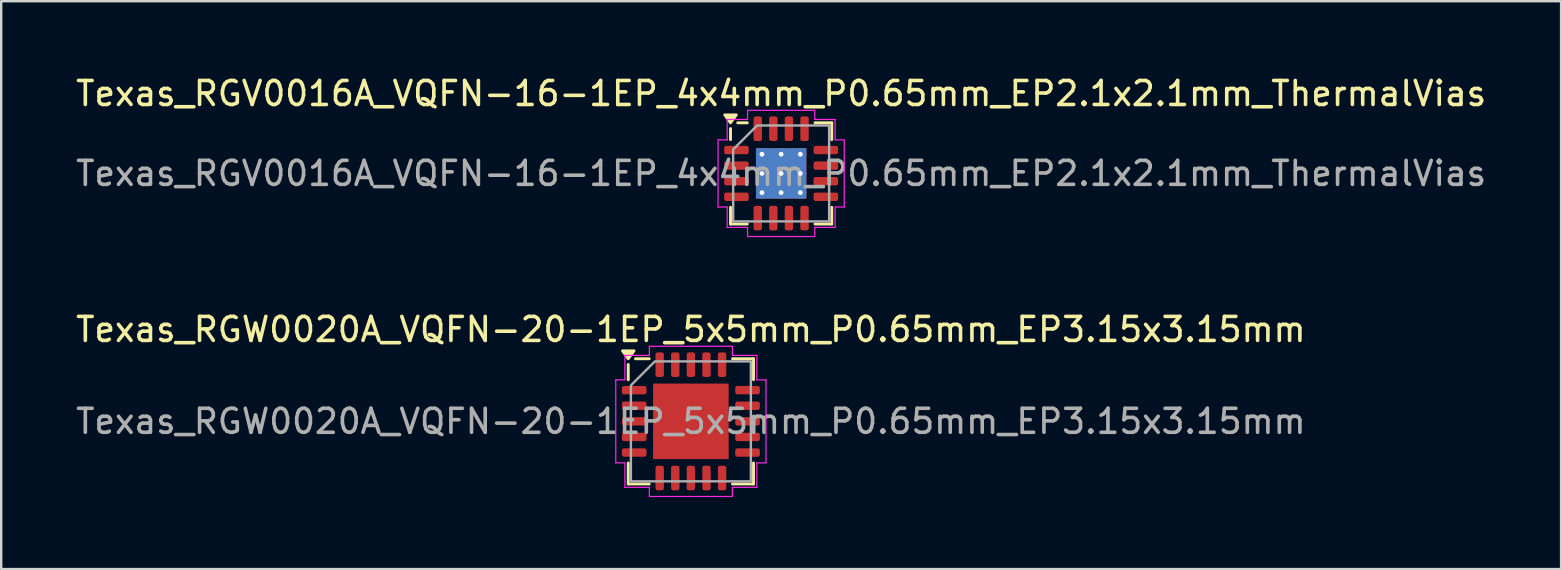
<source format=kicad_pcb>
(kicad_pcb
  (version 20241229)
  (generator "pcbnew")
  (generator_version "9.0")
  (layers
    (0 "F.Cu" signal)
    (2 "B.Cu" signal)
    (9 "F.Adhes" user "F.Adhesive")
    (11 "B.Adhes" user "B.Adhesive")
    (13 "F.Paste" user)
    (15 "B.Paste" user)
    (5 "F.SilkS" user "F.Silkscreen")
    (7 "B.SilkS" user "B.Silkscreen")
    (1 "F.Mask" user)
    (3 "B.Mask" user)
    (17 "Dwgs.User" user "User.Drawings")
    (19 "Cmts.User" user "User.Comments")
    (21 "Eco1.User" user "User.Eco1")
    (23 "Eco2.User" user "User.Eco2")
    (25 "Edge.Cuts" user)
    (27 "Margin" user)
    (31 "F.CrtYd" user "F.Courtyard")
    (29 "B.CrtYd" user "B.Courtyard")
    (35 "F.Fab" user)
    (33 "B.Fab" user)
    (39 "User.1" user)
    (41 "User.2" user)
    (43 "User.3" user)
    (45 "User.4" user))
  (footprint "Texas_RGV0016A_VQFN-16-1EP_4x4mm_P0.65mm_EP2.1x2.1mm_ThermalVias"
    (layer "F.Cu")
    (at 29.506 4.178)
    (property "Reference" "Texas_RGV0016A_VQFN-16-1EP_4x4mm_P0.65mm_EP2.1x2.1mm_ThermalVias" (at 0 -3.33 0) (layer "F.SilkS") (effects (font (size 1 1) (thickness 0.15))))
    (attr smd)
    (fp_line (start -2.11 -1.41) (end -2.11 -1.87) (stroke (width 0.12) (type solid)) (layer "F.SilkS"))
    (fp_line (start -2.11 2.11) (end -2.11 1.41) (stroke (width 0.12) (type solid)) (layer "F.SilkS"))
    (fp_line (start -1.41 -2.11) (end -1.81 -2.11) (stroke (width 0.12) (type solid)) (layer "F.SilkS"))
    (fp_line (start -1.41 2.11) (end -2.11 2.11) (stroke (width 0.12) (type solid)) (layer "F.SilkS"))
    (fp_line (start 1.41 -2.11) (end 2.11 -2.11) (stroke (width 0.12) (type solid)) (layer "F.SilkS"))
    (fp_line (start 1.41 2.11) (end 2.11 2.11) (stroke (width 0.12) (type solid)) (layer "F.SilkS"))
    (fp_line (start 2.11 -2.11) (end 2.11 -1.41) (stroke (width 0.12) (type solid)) (layer "F.SilkS"))
    (fp_line (start 2.11 2.11) (end 2.11 1.41) (stroke (width 0.12) (type solid)) (layer "F.SilkS"))
    (fp_poly (pts (xy -2.11 -2.11) (xy -2.35 -2.44) (xy -1.87 -2.44)) (stroke (width 0.12) (type solid)) (fill yes) (layer "F.SilkS"))
    (fp_line (start -2.63 -1.4) (end -2.25 -1.4) (stroke (width 0.05) (type solid)) (layer "F.CrtYd"))
    (fp_line (start -2.63 1.4) (end -2.63 -1.4) (stroke (width 0.05) (type solid)) (layer "F.CrtYd"))
    (fp_line (start -2.25 -2.25) (end -1.4 -2.25) (stroke (width 0.05) (type solid)) (layer "F.CrtYd"))
    (fp_line (start -2.25 -1.4) (end -2.25 -2.25) (stroke (width 0.05) (type solid)) (layer "F.CrtYd"))
    (fp_line (start -2.25 1.4) (end -2.63 1.4) (stroke (width 0.05) (type solid)) (layer "F.CrtYd"))
    (fp_line (start -2.25 2.25) (end -2.25 1.4) (stroke (width 0.05) (type solid)) (layer "F.CrtYd"))
    (fp_line (start -1.4 -2.63) (end 1.4 -2.63) (stroke (width 0.05) (type solid)) (layer "F.CrtYd"))
    (fp_line (start -1.4 -2.25) (end -1.4 -2.63) (stroke (width 0.05) (type solid)) (layer "F.CrtYd"))
    (fp_line (start -1.4 2.25) (end -2.25 2.25) (stroke (width 0.05) (type solid)) (layer "F.CrtYd"))
    (fp_line (start -1.4 2.63) (end -1.4 2.25) (stroke (width 0.05) (type solid)) (layer "F.CrtYd"))
    (fp_line (start 1.4 -2.63) (end 1.4 -2.25) (stroke (width 0.05) (type solid)) (layer "F.CrtYd"))
    (fp_line (start 1.4 -2.25) (end 2.25 -2.25) (stroke (width 0.05) (type solid)) (layer "F.CrtYd"))
    (fp_line (start 1.4 2.25) (end 1.4 2.63) (stroke (width 0.05) (type solid)) (layer "F.CrtYd"))
    (fp_line (start 1.4 2.63) (end -1.4 2.63) (stroke (width 0.05) (type solid)) (layer "F.CrtYd"))
    (fp_line (start 2.25 -2.25) (end 2.25 -1.4) (stroke (width 0.05) (type solid)) (layer "F.CrtYd"))
    (fp_line (start 2.25 -1.4) (end 2.63 -1.4) (stroke (width 0.05) (type solid)) (layer "F.CrtYd"))
    (fp_line (start 2.25 1.4) (end 2.25 2.25) (stroke (width 0.05) (type solid)) (layer "F.CrtYd"))
    (fp_line (start 2.25 2.25) (end 1.4 2.25) (stroke (width 0.05) (type solid)) (layer "F.CrtYd"))
    (fp_line (start 2.63 -1.4) (end 2.63 1.4) (stroke (width 0.05) (type solid)) (layer "F.CrtYd"))
    (fp_line (start 2.63 1.4) (end 2.25 1.4) (stroke (width 0.05) (type solid)) (layer "F.CrtYd"))
    (fp_poly (pts (xy -2 -1) (xy -2 2) (xy 2 2) (xy 2 -2) (xy -1 -2)) (stroke (width 0.1) (type solid)) (fill no) (layer "F.Fab"))
    (fp_text user "${REFERENCE}" (at 0 0 0) (layer "F.Fab") (effects (font (size 1 1) (thickness 0.15))))
    (pad "" smd roundrect (at -0.525 -0.525) (size 0.91 0.91) (layers "F.Paste") (roundrect_rratio 0.25))
    (pad "" smd roundrect (at -0.525 0.525) (size 0.91 0.91) (layers "F.Paste") (roundrect_rratio 0.25))
    (pad "" smd roundrect (at 0.525 -0.525) (size 0.91 0.91) (layers "F.Paste") (roundrect_rratio 0.25))
    (pad "" smd roundrect (at 0.525 0.525) (size 0.91 0.91) (layers "F.Paste") (roundrect_rratio 0.25))
    (pad "1" smd roundrect (at -1.863 -0.975) (size 1.025 0.35) (layers "F.Cu" "F.Mask" "F.Paste") (roundrect_rratio 0.25))
    (pad "2" smd roundrect (at -1.863 -0.325) (size 1.025 0.35) (layers "F.Cu" "F.Mask" "F.Paste") (roundrect_rratio 0.25))
    (pad "3" smd roundrect (at -1.863 0.325) (size 1.025 0.35) (layers "F.Cu" "F.Mask" "F.Paste") (roundrect_rratio 0.25))
    (pad "4" smd roundrect (at -1.863 0.975) (size 1.025 0.35) (layers "F.Cu" "F.Mask" "F.Paste") (roundrect_rratio 0.25))
    (pad "5" smd roundrect (at -0.975 1.863) (size 0.35 1.025) (layers "F.Cu" "F.Mask" "F.Paste") (roundrect_rratio 0.25))
    (pad "6" smd roundrect (at -0.325 1.863) (size 0.35 1.025) (layers "F.Cu" "F.Mask" "F.Paste") (roundrect_rratio 0.25))
    (pad "7" smd roundrect (at 0.325 1.863) (size 0.35 1.025) (layers "F.Cu" "F.Mask" "F.Paste") (roundrect_rratio 0.25))
    (pad "8" smd roundrect (at 0.975 1.863) (size 0.35 1.025) (layers "F.Cu" "F.Mask" "F.Paste") (roundrect_rratio 0.25))
    (pad "9" smd roundrect (at 1.863 0.975) (size 1.025 0.35) (layers "F.Cu" "F.Mask" "F.Paste") (roundrect_rratio 0.25))
    (pad "10" smd roundrect (at 1.863 0.325) (size 1.025 0.35) (layers "F.Cu" "F.Mask" "F.Paste") (roundrect_rratio 0.25))
    (pad "11" smd roundrect (at 1.863 -0.325) (size 1.025 0.35) (layers "F.Cu" "F.Mask" "F.Paste") (roundrect_rratio 0.25))
    (pad "12" smd roundrect (at 1.863 -0.975) (size 1.025 0.35) (layers "F.Cu" "F.Mask" "F.Paste") (roundrect_rratio 0.25))
    (pad "13" smd roundrect (at 0.975 -1.863) (size 0.35 1.025) (layers "F.Cu" "F.Mask" "F.Paste") (roundrect_rratio 0.25))
    (pad "14" smd roundrect (at 0.325 -1.863) (size 0.35 1.025) (layers "F.Cu" "F.Mask" "F.Paste") (roundrect_rratio 0.25))
    (pad "15" smd roundrect (at -0.325 -1.863) (size 0.35 1.025) (layers "F.Cu" "F.Mask" "F.Paste") (roundrect_rratio 0.25))
    (pad "16" smd roundrect (at -0.975 -1.863) (size 0.35 1.025) (layers "F.Cu" "F.Mask" "F.Paste") (roundrect_rratio 0.25))
    (pad "17" thru_hole circle (at -0.8 -0.8) (size 0.5 0.5) (drill 0.2) (property pad_prop_heatsink) (layers "*.Cu"))
    (pad "17" thru_hole circle (at -0.8 0) (size 0.5 0.5) (drill 0.2) (property pad_prop_heatsink) (layers "*.Cu"))
    (pad "17" thru_hole circle (at -0.8 0.8) (size 0.5 0.5) (drill 0.2) (property pad_prop_heatsink) (layers "*.Cu"))
    (pad "17" thru_hole circle (at 0 -0.8) (size 0.5 0.5) (drill 0.2) (property pad_prop_heatsink) (layers "*.Cu"))
    (pad "17" thru_hole circle (at 0 0) (size 0.5 0.5) (drill 0.2) (property pad_prop_heatsink) (layers "*.Cu"))
    (pad "17" smd rect (at 0 0) (size 2.1 2.1) (property pad_prop_heatsink) (layers "F.Cu" "F.Mask"))
    (pad "17" smd rect (at 0 0) (size 2.1 2.1) (property pad_prop_heatsink) (layers "B.Cu"))
    (pad "17" thru_hole circle (at 0 0.8) (size 0.5 0.5) (drill 0.2) (property pad_prop_heatsink) (layers "*.Cu"))
    (pad "17" thru_hole circle (at 0.8 -0.8) (size 0.5 0.5) (drill 0.2) (property pad_prop_heatsink) (layers "*.Cu"))
    (pad "17" thru_hole circle (at 0.8 0) (size 0.5 0.5) (drill 0.2) (property pad_prop_heatsink) (layers "*.Cu"))
    (pad "17" thru_hole circle (at 0.8 0.8) (size 0.5 0.5) (drill 0.2) (property pad_prop_heatsink) (layers "*.Cu")))
  (footprint "Texas_RGW0020A_VQFN-20-1EP_5x5mm_P0.65mm_EP3.15x3.15mm"
    (layer "F.Cu")
    (at 25.744 14.511)
    (property "Reference" "Texas_RGW0020A_VQFN-20-1EP_5x5mm_P0.65mm_EP3.15x3.15mm" (at 0 -3.83 0) (layer "F.SilkS") (effects (font (size 1 1) (thickness 0.15))))
    (attr smd)
    (fp_line (start -2.61 -1.735) (end -2.61 -2.37) (stroke (width 0.12) (type solid)) (layer "F.SilkS"))
    (fp_line (start -2.61 2.61) (end -2.61 1.735) (stroke (width 0.12) (type solid)) (layer "F.SilkS"))
    (fp_line (start -1.735 -2.61) (end -2.31 -2.61) (stroke (width 0.12) (type solid)) (layer "F.SilkS"))
    (fp_line (start -1.735 2.61) (end -2.61 2.61) (stroke (width 0.12) (type solid)) (layer "F.SilkS"))
    (fp_line (start 1.735 -2.61) (end 2.61 -2.61) (stroke (width 0.12) (type solid)) (layer "F.SilkS"))
    (fp_line (start 1.735 2.61) (end 2.61 2.61) (stroke (width 0.12) (type solid)) (layer "F.SilkS"))
    (fp_line (start 2.61 -2.61) (end 2.61 -1.735) (stroke (width 0.12) (type solid)) (layer "F.SilkS"))
    (fp_line (start 2.61 2.61) (end 2.61 1.735) (stroke (width 0.12) (type solid)) (layer "F.SilkS"))
    (fp_poly (pts (xy -2.61 -2.61) (xy -2.85 -2.94) (xy -2.37 -2.94)) (stroke (width 0.12) (type solid)) (fill yes) (layer "F.SilkS"))
    (fp_line (start -3.13 -1.73) (end -2.75 -1.73) (stroke (width 0.05) (type solid)) (layer "F.CrtYd"))
    (fp_line (start -3.13 1.73) (end -3.13 -1.73) (stroke (width 0.05) (type solid)) (layer "F.CrtYd"))
    (fp_line (start -2.75 -2.75) (end -1.73 -2.75) (stroke (width 0.05) (type solid)) (layer "F.CrtYd"))
    (fp_line (start -2.75 -1.73) (end -2.75 -2.75) (stroke (width 0.05) (type solid)) (layer "F.CrtYd"))
    (fp_line (start -2.75 1.73) (end -3.13 1.73) (stroke (width 0.05) (type solid)) (layer "F.CrtYd"))
    (fp_line (start -2.75 2.75) (end -2.75 1.73) (stroke (width 0.05) (type solid)) (layer "F.CrtYd"))
    (fp_line (start -1.73 -3.13) (end 1.73 -3.13) (stroke (width 0.05) (type solid)) (layer "F.CrtYd"))
    (fp_line (start -1.73 -2.75) (end -1.73 -3.13) (stroke (width 0.05) (type solid)) (layer "F.CrtYd"))
    (fp_line (start -1.73 2.75) (end -2.75 2.75) (stroke (width 0.05) (type solid)) (layer "F.CrtYd"))
    (fp_line (start -1.73 3.13) (end -1.73 2.75) (stroke (width 0.05) (type solid)) (layer "F.CrtYd"))
    (fp_line (start 1.73 -3.13) (end 1.73 -2.75) (stroke (width 0.05) (type solid)) (layer "F.CrtYd"))
    (fp_line (start 1.73 -2.75) (end 2.75 -2.75) (stroke (width 0.05) (type solid)) (layer "F.CrtYd"))
    (fp_line (start 1.73 2.75) (end 1.73 3.13) (stroke (width 0.05) (type solid)) (layer "F.CrtYd"))
    (fp_line (start 1.73 3.13) (end -1.73 3.13) (stroke (width 0.05) (type solid)) (layer "F.CrtYd"))
    (fp_line (start 2.75 -2.75) (end 2.75 -1.73) (stroke (width 0.05) (type solid)) (layer "F.CrtYd"))
    (fp_line (start 2.75 -1.73) (end 3.13 -1.73) (stroke (width 0.05) (type solid)) (layer "F.CrtYd"))
    (fp_line (start 2.75 1.73) (end 2.75 2.75) (stroke (width 0.05) (type solid)) (layer "F.CrtYd"))
    (fp_line (start 2.75 2.75) (end 1.73 2.75) (stroke (width 0.05) (type solid)) (layer "F.CrtYd"))
    (fp_line (start 3.13 -1.73) (end 3.13 1.73) (stroke (width 0.05) (type solid)) (layer "F.CrtYd"))
    (fp_line (start 3.13 1.73) (end 2.75 1.73) (stroke (width 0.05) (type solid)) (layer "F.CrtYd"))
    (fp_poly (pts (xy -2.5 -1.5) (xy -2.5 2.5) (xy 2.5 2.5) (xy 2.5 -2.5) (xy -1.5 -2.5)) (stroke (width 0.1) (type solid)) (fill no) (layer "F.Fab"))
    (fp_text user "${REFERENCE}" (at 0 0 0) (layer "F.Fab") (effects (font (size 1 1) (thickness 0.15))))
    (pad "" smd roundrect (at -0.79 -0.79) (size 1.27 1.27) (layers "F.Paste") (roundrect_rratio 0.197))
    (pad "" smd roundrect (at -0.79 0.79) (size 1.27 1.27) (layers "F.Paste") (roundrect_rratio 0.197))
    (pad "" smd roundrect (at 0.79 -0.79) (size 1.27 1.27) (layers "F.Paste") (roundrect_rratio 0.197))
    (pad "" smd roundrect (at 0.79 0.79) (size 1.27 1.27) (layers "F.Paste") (roundrect_rratio 0.197))
    (pad "1" smd roundrect (at -2.362 -1.3) (size 1.025 0.35) (layers "F.Cu" "F.Mask" "F.Paste") (roundrect_rratio 0.25))
    (pad "2" smd roundrect (at -2.362 -0.65) (size 1.025 0.35) (layers "F.Cu" "F.Mask" "F.Paste") (roundrect_rratio 0.25))
    (pad "3" smd roundrect (at -2.362 0) (size 1.025 0.35) (layers "F.Cu" "F.Mask" "F.Paste") (roundrect_rratio 0.25))
    (pad "4" smd roundrect (at -2.362 0.65) (size 1.025 0.35) (layers "F.Cu" "F.Mask" "F.Paste") (roundrect_rratio 0.25))
    (pad "5" smd roundrect (at -2.362 1.3) (size 1.025 0.35) (layers "F.Cu" "F.Mask" "F.Paste") (roundrect_rratio 0.25))
    (pad "6" smd roundrect (at -1.3 2.362) (size 0.35 1.025) (layers "F.Cu" "F.Mask" "F.Paste") (roundrect_rratio 0.25))
    (pad "7" smd roundrect (at -0.65 2.362) (size 0.35 1.025) (layers "F.Cu" "F.Mask" "F.Paste") (roundrect_rratio 0.25))
    (pad "8" smd roundrect (at 0 2.362) (size 0.35 1.025) (layers "F.Cu" "F.Mask" "F.Paste") (roundrect_rratio 0.25))
    (pad "9" smd roundrect (at 0.65 2.362) (size 0.35 1.025) (layers "F.Cu" "F.Mask" "F.Paste") (roundrect_rratio 0.25))
    (pad "10" smd roundrect (at 1.3 2.362) (size 0.35 1.025) (layers "F.Cu" "F.Mask" "F.Paste") (roundrect_rratio 0.25))
    (pad "11" smd roundrect (at 2.362 1.3) (size 1.025 0.35) (layers "F.Cu" "F.Mask" "F.Paste") (roundrect_rratio 0.25))
    (pad "12" smd roundrect (at 2.362 0.65) (size 1.025 0.35) (layers "F.Cu" "F.Mask" "F.Paste") (roundrect_rratio 0.25))
    (pad "13" smd roundrect (at 2.362 0) (size 1.025 0.35) (layers "F.Cu" "F.Mask" "F.Paste") (roundrect_rratio 0.25))
    (pad "14" smd roundrect (at 2.362 -0.65) (size 1.025 0.35) (layers "F.Cu" "F.Mask" "F.Paste") (roundrect_rratio 0.25))
    (pad "15" smd roundrect (at 2.362 -1.3) (size 1.025 0.35) (layers "F.Cu" "F.Mask" "F.Paste") (roundrect_rratio 0.25))
    (pad "16" smd roundrect (at 1.3 -2.362) (size 0.35 1.025) (layers "F.Cu" "F.Mask" "F.Paste") (roundrect_rratio 0.25))
    (pad "17" smd roundrect (at 0.65 -2.362) (size 0.35 1.025) (layers "F.Cu" "F.Mask" "F.Paste") (roundrect_rratio 0.25))
    (pad "18" smd roundrect (at 0 -2.362) (size 0.35 1.025) (layers "F.Cu" "F.Mask" "F.Paste") (roundrect_rratio 0.25))
    (pad "19" smd roundrect (at -0.65 -2.362) (size 0.35 1.025) (layers "F.Cu" "F.Mask" "F.Paste") (roundrect_rratio 0.25))
    (pad "20" smd roundrect (at -1.3 -2.362) (size 0.35 1.025) (layers "F.Cu" "F.Mask" "F.Paste") (roundrect_rratio 0.25))
    (pad "21" smd rect (at 0 0) (size 3.15 3.15) (property pad_prop_heatsink) (layers "F.Cu" "F.Mask")))
  (gr_rect
    (start -3 -3)
    (end 62.012 20.666)
    (stroke (width 0.1) (type default))
    (fill no)
    (layer "Edge.Cuts")))
</source>
